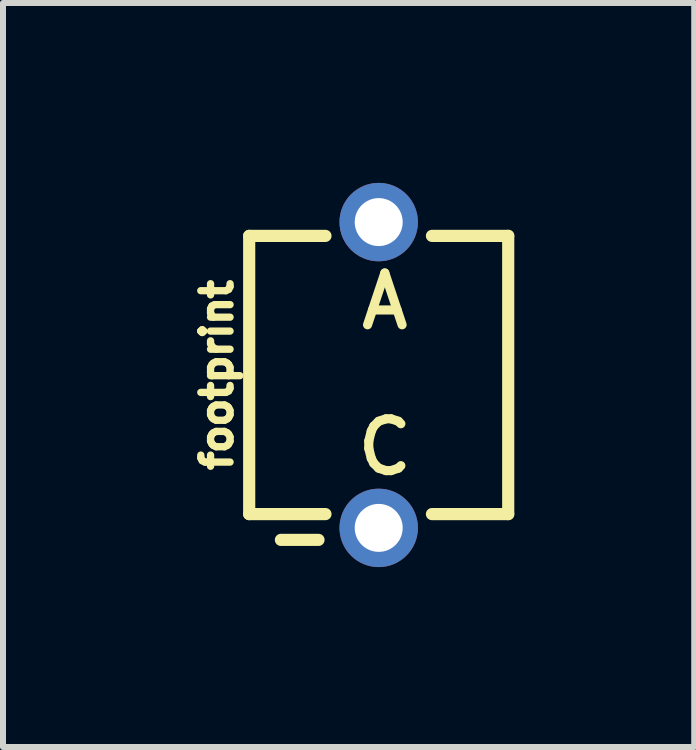
<source format=kicad_pcb>
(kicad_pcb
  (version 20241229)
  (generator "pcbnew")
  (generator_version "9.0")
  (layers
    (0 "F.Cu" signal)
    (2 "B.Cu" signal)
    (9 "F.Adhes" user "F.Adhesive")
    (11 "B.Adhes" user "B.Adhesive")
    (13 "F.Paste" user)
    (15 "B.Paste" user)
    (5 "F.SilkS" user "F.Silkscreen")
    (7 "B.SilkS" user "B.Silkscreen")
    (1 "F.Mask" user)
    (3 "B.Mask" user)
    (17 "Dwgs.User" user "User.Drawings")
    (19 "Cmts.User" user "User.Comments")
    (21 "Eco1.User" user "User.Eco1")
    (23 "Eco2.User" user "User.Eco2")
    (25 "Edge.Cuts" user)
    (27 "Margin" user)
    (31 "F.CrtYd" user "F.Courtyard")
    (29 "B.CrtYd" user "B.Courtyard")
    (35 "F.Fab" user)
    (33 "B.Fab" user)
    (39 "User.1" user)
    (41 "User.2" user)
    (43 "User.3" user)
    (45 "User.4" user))
  (footprint "footprint"
    (layer "F.Cu")
    (at 3.266 3.204)
    (property "Reference" "footprint" (at -2.413 0 90) (layer "F.SilkS") (effects (font (size 0.488 0.488) (thickness 0.122)) (justify bottom)))
    (fp_line (start -2.16 -2.32) (end -2.16 2.32) (stroke (width 0.203) (type solid)) (layer "F.SilkS"))
    (fp_line (start -2.16 2.32) (end -0.888 2.32) (stroke (width 0.203) (type solid)) (layer "F.SilkS"))
    (fp_line (start -1.004 2.75) (end -1.631 2.75) (stroke (width 0.203) (type solid)) (layer "F.SilkS"))
    (fp_line (start -0.888 -2.32) (end -2.16 -2.32) (stroke (width 0.203) (type solid)) (layer "F.SilkS"))
    (fp_line (start 0.888 2.32) (end 2.16 2.32) (stroke (width 0.203) (type solid)) (layer "F.SilkS"))
    (fp_line (start 2.16 -2.32) (end 0.888 -2.32) (stroke (width 0.203) (type solid)) (layer "F.SilkS"))
    (fp_line (start 2.16 2.32) (end 2.16 -2.32) (stroke (width 0.203) (type solid)) (layer "F.SilkS"))
    (fp_text user "A" (at 0.102 -1.229 0) (layer "F.SilkS") (effects (font (size 0.864 0.864) (thickness 0.152))))
    (fp_text user "C" (at 0.102 1.203 0) (layer "F.SilkS") (effects (font (size 0.864 0.864) (thickness 0.152))))
    (pad "P$1" thru_hole circle (at 0 -2.55) (size 1.308 1.308) (drill 0.8) (layers "*.Cu" "*.Mask"))
    (pad "P$2" thru_hole circle (at 0 2.55) (size 1.308 1.308) (drill 0.8) (layers "*.Cu" "*.Mask")))
  (gr_rect
    (start -3 -3)
    (end 8.528 9.408)
    (stroke (width 0.1) (type default))
    (fill no)
    (layer "Edge.Cuts")))
</source>
